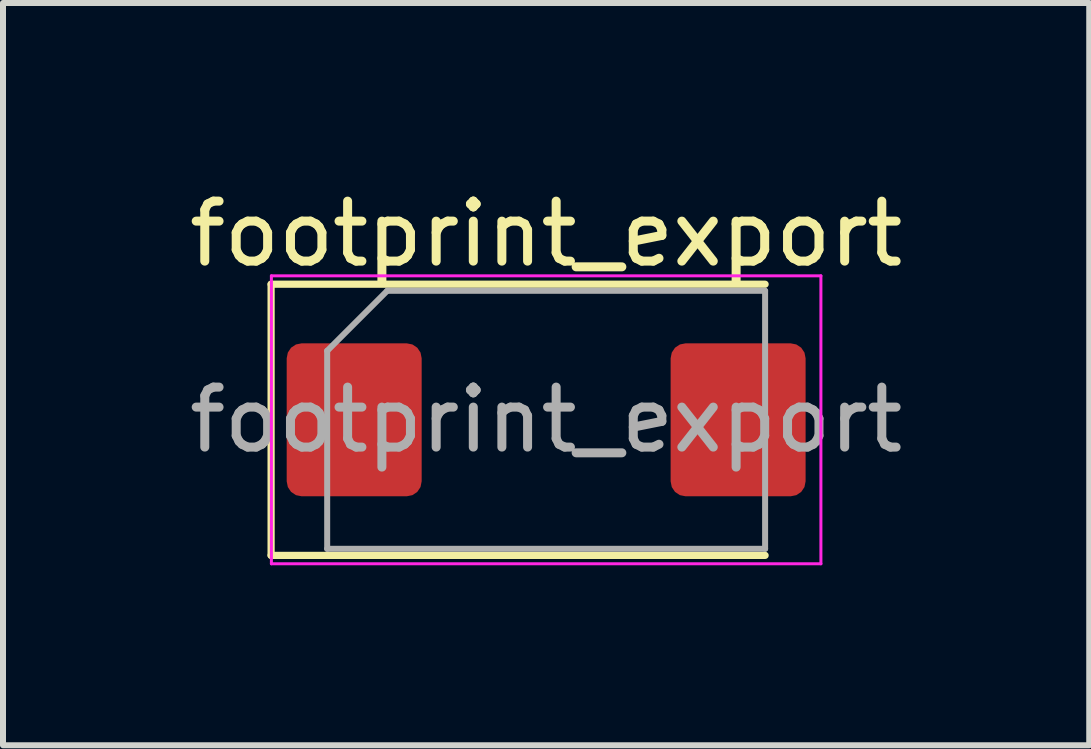
<source format=kicad_pcb>
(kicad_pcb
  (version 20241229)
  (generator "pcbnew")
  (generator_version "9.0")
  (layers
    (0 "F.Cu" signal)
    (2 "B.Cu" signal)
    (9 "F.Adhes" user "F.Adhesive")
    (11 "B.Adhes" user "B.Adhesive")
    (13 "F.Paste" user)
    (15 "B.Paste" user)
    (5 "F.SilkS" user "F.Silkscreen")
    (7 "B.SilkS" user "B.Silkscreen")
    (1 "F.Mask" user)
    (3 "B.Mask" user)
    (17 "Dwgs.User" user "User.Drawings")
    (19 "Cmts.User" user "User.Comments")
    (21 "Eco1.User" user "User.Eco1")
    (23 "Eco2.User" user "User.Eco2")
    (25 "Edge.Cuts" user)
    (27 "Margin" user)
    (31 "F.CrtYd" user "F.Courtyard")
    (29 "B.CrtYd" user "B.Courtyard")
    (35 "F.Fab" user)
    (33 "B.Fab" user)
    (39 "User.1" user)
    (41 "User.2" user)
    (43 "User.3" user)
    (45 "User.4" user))
  (footprint "footprint_export"
    (layer "F.Cu")
    (at 6.054 3.948)
    (property "Reference" "footprint_export" (at 0 -3.1 0) (layer "F.SilkS") (effects (font (size 1 1) (thickness 0.15))))
    (attr smd)
    (fp_line (start -4.585 -2.26) (end -4.585 2.26) (stroke (width 0.12) (type solid)) (layer "F.SilkS"))
    (fp_line (start -4.585 2.26) (end 3.65 2.26) (stroke (width 0.12) (type solid)) (layer "F.SilkS"))
    (fp_line (start 3.65 -2.26) (end -4.585 -2.26) (stroke (width 0.12) (type solid)) (layer "F.SilkS"))
    (fp_line (start -4.58 -2.4) (end 4.58 -2.4) (stroke (width 0.05) (type solid)) (layer "F.CrtYd"))
    (fp_line (start -4.58 2.4) (end -4.58 -2.4) (stroke (width 0.05) (type solid)) (layer "F.CrtYd"))
    (fp_line (start 4.58 -2.4) (end 4.58 2.4) (stroke (width 0.05) (type solid)) (layer "F.CrtYd"))
    (fp_line (start 4.58 2.4) (end -4.58 2.4) (stroke (width 0.05) (type solid)) (layer "F.CrtYd"))
    (fp_line (start -3.65 -1.15) (end -3.65 2.15) (stroke (width 0.1) (type solid)) (layer "F.Fab"))
    (fp_line (start -3.65 2.15) (end 3.65 2.15) (stroke (width 0.1) (type solid)) (layer "F.Fab"))
    (fp_line (start -2.65 -2.15) (end -3.65 -1.15) (stroke (width 0.1) (type solid)) (layer "F.Fab"))
    (fp_line (start 3.65 -2.15) (end -2.65 -2.15) (stroke (width 0.1) (type solid)) (layer "F.Fab"))
    (fp_line (start 3.65 2.15) (end 3.65 -2.15) (stroke (width 0.1) (type solid)) (layer "F.Fab"))
    (fp_text user "${REFERENCE}" (at 0 0 0) (layer "F.Fab") (effects (font (size 1 1) (thickness 0.15))))
    (pad "1" smd roundrect (at -3.2 0) (size 2.25 2.55) (layers "F.Cu" "F.Mask" "F.Paste") (roundrect_rratio 0.111))
    (pad "2" smd roundrect (at 3.2 0) (size 2.25 2.55) (layers "F.Cu" "F.Mask" "F.Paste") (roundrect_rratio 0.111)))
  (gr_rect
    (start -3 -3)
    (end 15.107 9.373)
    (stroke (width 0.1) (type default))
    (fill no)
    (layer "Edge.Cuts")))
</source>
